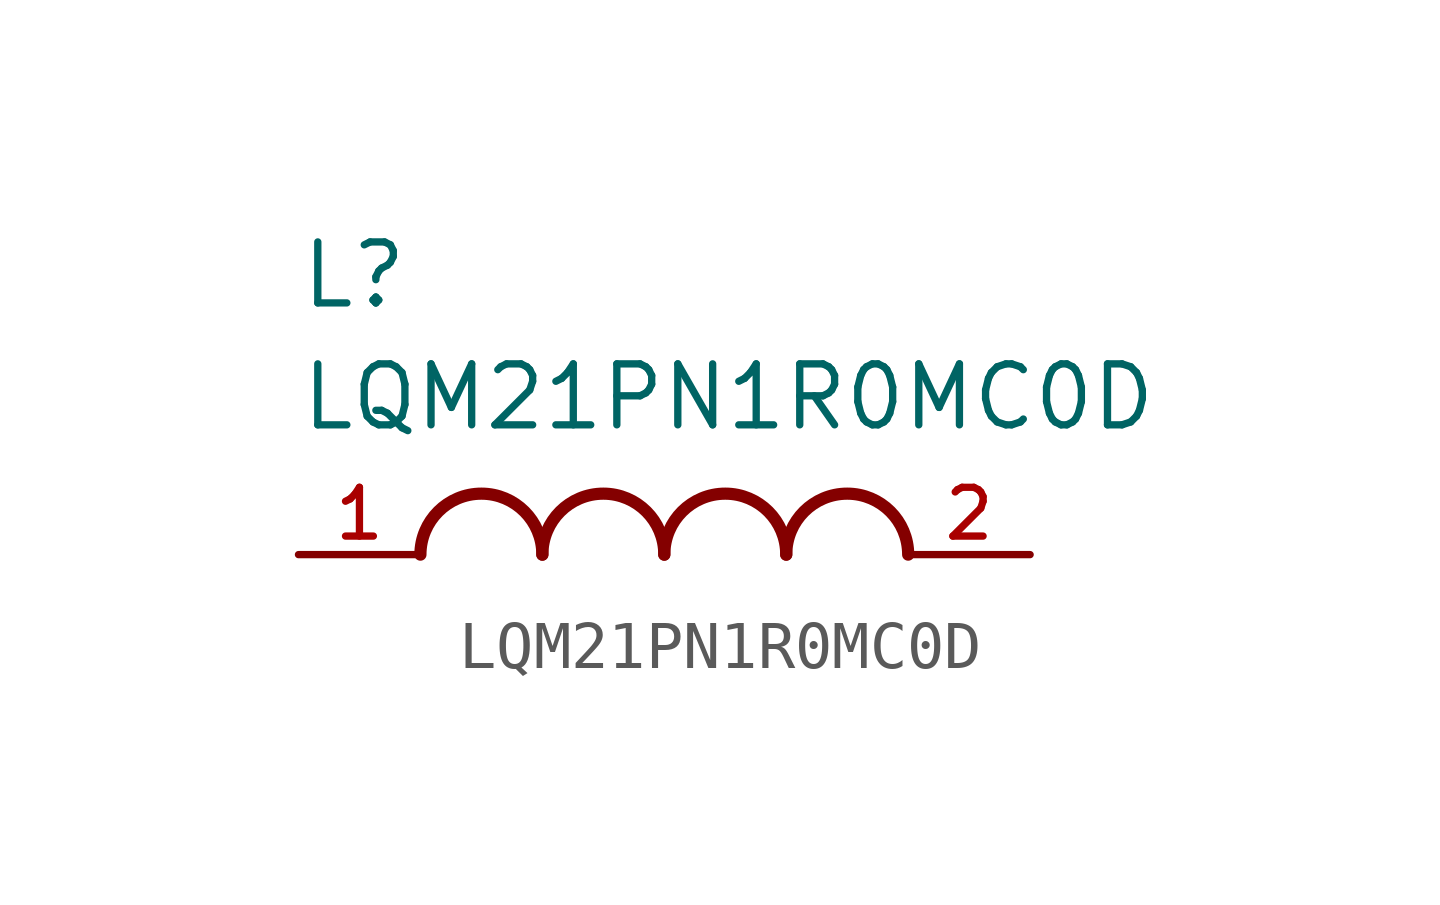
<source format=kicad_sym>
(kicad_symbol_lib
  (version 20211014)
  (generator kicad_symbol_editor)
  (symbol "LQM21PN1R0MC0D"
    (pin_names
      (offset 1.016))
    (property "Reference" "L"
      (at -7.62 5.08 0)
      (effects (font (size 1.27 1.27)) (justify bottom left)))
    (property "Value" "LQM21PN1R0MC0D"
      (at -7.62 2.54 0)
      (effects (font (size 1.27 1.27)) (justify bottom left)))
    (symbol "LQM21PN1R0MC0D_0_0"
      (arc (start -2.54 0.0) (mid -3.81 1.27) (end -5.08 0.0) (stroke (width 0.254) (type default) (color 0 0 0 0)) (fill (type none)))
      (arc (start 0.0 0.0) (mid -1.27 1.27) (end -2.54 0.0) (stroke (width 0.254) (type default) (color 0 0 0 0)) (fill (type none)))
      (arc (start 2.54 0.0) (mid 1.27 1.27) (end 0.0 0.0) (stroke (width 0.254) (type default) (color 0 0 0 0)) (fill (type none)))
      (arc (start 5.08 0.0) (mid 3.81 1.27) (end 2.54 0.0) (stroke (width 0.254) (type default) (color 0 0 0 0)) (fill (type none)))
      (pin passive line (at -7.62 0.0 0) (length 2.54) (name "~" (effects (font (size 1.016 1.016)))) (number "1" (effects (font (size 1.016 1.016)))))
      (pin passive line (at 7.62 0.0 180.0) (length 2.54) (name "~" (effects (font (size 1.016 1.016)))) (number "2" (effects (font (size 1.016 1.016))))))))
</source>
